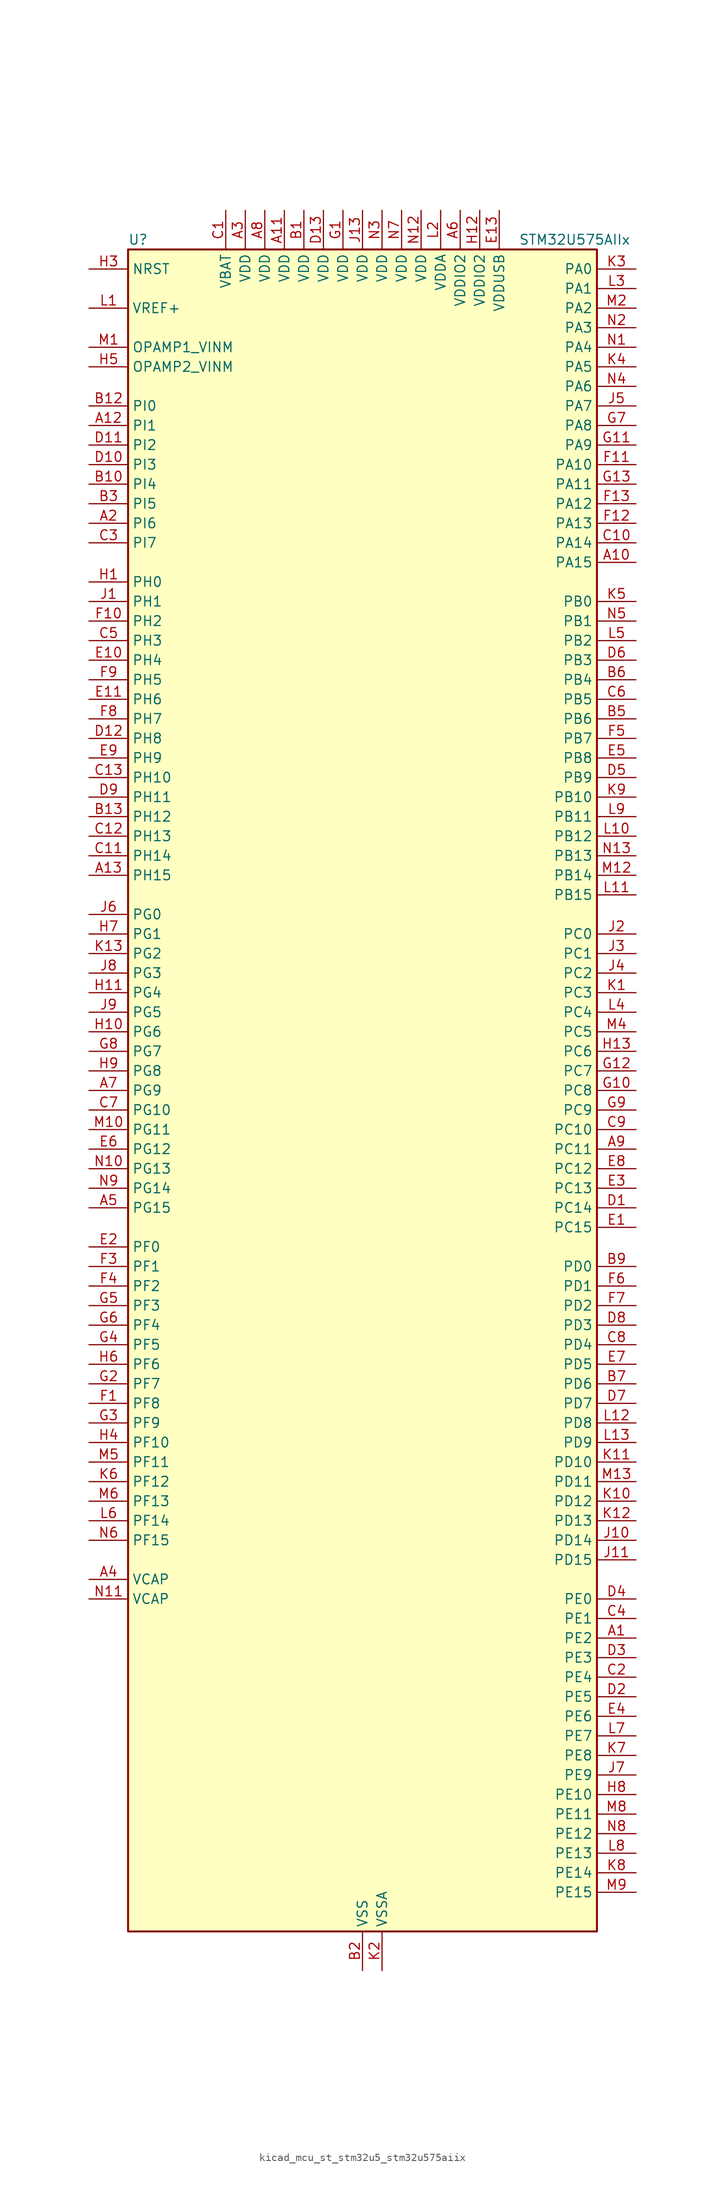
<source format=kicad_sym>
(kicad_symbol_lib
  (version 20220914)
  (generator kicad_symbol_editor)
  (symbol "kicad_mcu_st_stm32u5_stm32u575aiix"
    (property "Reference" "U"
      (at -30.48 110.49 0)
      (effects (font (size 1.27 1.27)) (justify left)))
    (property "Value" "STM32U575AIIx"
      (at 20.32 110.49 0)
      (effects (font (size 1.27 1.27)) (justify left)))
    (property "ki_locked" ""
      (at 0 0 0)
      (effects (font (size 1.27 1.27))))
    (symbol "kicad_mcu_st_stm32u5_stm32u575aiix_0_1"
      (rectangle (start -30.48 -109.22) (end 30.48 109.22) (stroke (width 0.254) (type default)) (fill (type background))))
    (symbol "kicad_mcu_st_stm32u5_stm32u575aiix_1_1"
      (pin bidirectional line (at 35.56 -71.12 180) (length 5.08) (name "PE2" (effects (font (size 1.27 1.27)))) (number "A1" (effects (font (size 1.27 1.27)))) (alternate "DEBUG_TRACECLK" bidirectional line) (alternate "FMC_A23" bidirectional line) (alternate "SAI1_CK1" bidirectional line) (alternate "SAI1_MCLK_A" bidirectional line) (alternate "TIM3_ETR" bidirectional line) (alternate "TSC_G7_IO1" bidirectional line))
      (pin bidirectional line (at 35.56 68.58 180) (length 5.08) (name "PA15" (effects (font (size 1.27 1.27)))) (number "A10" (effects (font (size 1.27 1.27)))) (alternate "ADC1_EXTI15" bidirectional line) (alternate "ADC4_EXTI15" bidirectional line) (alternate "DEBUG_JTDI" bidirectional line) (alternate "SAI2_FS_B" bidirectional line) (alternate "SPI1_NSS" bidirectional line) (alternate "SPI3_NSS" bidirectional line) (alternate "TIM2_CH1" bidirectional line) (alternate "TIM2_ETR" bidirectional line) (alternate "UART4_DE" bidirectional line) (alternate "UART4_RTS" bidirectional line) (alternate "UCPD1_CC1" bidirectional line) (alternate "USART2_RX" bidirectional line) (alternate "USART3_DE" bidirectional line) (alternate "USART3_RTS" bidirectional line))
      (pin power_in line (at -10.16 114.3 270) (length 5.08) (name "VDD" (effects (font (size 1.27 1.27)))) (number "A11" (effects (font (size 1.27 1.27)))))
      (pin bidirectional line (at -35.56 86.36 0) (length 5.08) (name "PI1" (effects (font (size 1.27 1.27)))) (number "A12" (effects (font (size 1.27 1.27)))) (alternate "DCMI_D8" bidirectional line) (alternate "OCTOSPIM_P2_IO2" bidirectional line) (alternate "PSSI_D8" bidirectional line) (alternate "SPI2_SCK" bidirectional line))
      (pin bidirectional line (at -35.56 27.94 0) (length 5.08) (name "PH15" (effects (font (size 1.27 1.27)))) (number "A13" (effects (font (size 1.27 1.27)))) (alternate "ADC1_EXTI15" bidirectional line) (alternate "ADC4_EXTI15" bidirectional line) (alternate "DCMI_D11" bidirectional line) (alternate "OCTOSPIM_P2_IO6" bidirectional line) (alternate "PSSI_D11" bidirectional line) (alternate "TIM8_CH3N" bidirectional line))
      (pin bidirectional line (at -35.56 73.66 0) (length 5.08) (name "PI6" (effects (font (size 1.27 1.27)))) (number "A2" (effects (font (size 1.27 1.27)))) (alternate "DCMI_D6" bidirectional line) (alternate "OCTOSPIM_P2_CLK" bidirectional line) (alternate "PSSI_D6" bidirectional line) (alternate "TIM8_CH2" bidirectional line))
      (pin power_in line (at -15.24 114.3 270) (length 5.08) (name "VDD" (effects (font (size 1.27 1.27)))) (number "A3" (effects (font (size 1.27 1.27)))))
      (pin power_out line (at -35.56 -63.5 0) (length 5.08) (name "VCAP" (effects (font (size 1.27 1.27)))) (number "A4" (effects (font (size 1.27 1.27)))))
      (pin bidirectional line (at -35.56 -15.24 0) (length 5.08) (name "PG15" (effects (font (size 1.27 1.27)))) (number "A5" (effects (font (size 1.27 1.27)))) (alternate "ADC1_EXTI15" bidirectional line) (alternate "ADC4_EXTI15" bidirectional line) (alternate "DCMI_D13" bidirectional line) (alternate "I2C1_SMBA" bidirectional line) (alternate "LPTIM1_CH1" bidirectional line) (alternate "OCTOSPIM_P2_DQS" bidirectional line) (alternate "PSSI_D13" bidirectional line))
      (pin power_in line (at 12.7 114.3 270) (length 5.08) (name "VDDIO2" (effects (font (size 1.27 1.27)))) (number "A6" (effects (font (size 1.27 1.27)))))
      (pin bidirectional line (at -35.56 0 0) (length 5.08) (name "PG9" (effects (font (size 1.27 1.27)))) (number "A7" (effects (font (size 1.27 1.27)))) (alternate "DAC1_EXTI9" bidirectional line) (alternate "FMC_NCE" bidirectional line) (alternate "FMC_NE2" bidirectional line) (alternate "OCTOSPIM_P2_IO6" bidirectional line) (alternate "SAI2_SCK_A" bidirectional line) (alternate "SPI3_SCK" bidirectional line) (alternate "TIM15_CH1N" bidirectional line) (alternate "USART1_TX" bidirectional line))
      (pin power_in line (at -12.7 114.3 270) (length 5.08) (name "VDD" (effects (font (size 1.27 1.27)))) (number "A8" (effects (font (size 1.27 1.27)))))
      (pin bidirectional line (at 35.56 -7.62 180) (length 5.08) (name "PC11" (effects (font (size 1.27 1.27)))) (number "A9" (effects (font (size 1.27 1.27)))) (alternate "ADC1_EXTI11" bidirectional line) (alternate "ADF1_SDI0" bidirectional line) (alternate "DCMI_D2" bidirectional line) (alternate "DCMI_D4" bidirectional line) (alternate "LPTIM3_IN1" bidirectional line) (alternate "OCTOSPIM_P1_NCS" bidirectional line) (alternate "PSSI_D2" bidirectional line) (alternate "PSSI_D4" bidirectional line) (alternate "SAI2_MCLK_B" bidirectional line) (alternate "SDMMC1_D3" bidirectional line) (alternate "SPI3_MISO" bidirectional line) (alternate "TSC_G3_IO3" bidirectional line) (alternate "UART4_RX" bidirectional line) (alternate "UCPD1_FRSTX2" bidirectional line) (alternate "USART3_RX" bidirectional line))
      (pin power_in line (at -7.62 114.3 270) (length 5.08) (name "VDD" (effects (font (size 1.27 1.27)))) (number "B1" (effects (font (size 1.27 1.27)))))
      (pin bidirectional line (at -35.56 78.74 0) (length 5.08) (name "PI4" (effects (font (size 1.27 1.27)))) (number "B10" (effects (font (size 1.27 1.27)))) (alternate "DCMI_D5" bidirectional line) (alternate "PSSI_D5" bidirectional line) (alternate "SPI2_RDY" bidirectional line) (alternate "TIM8_BKIN" bidirectional line))
      (pin passive line (at 0 -114.3 90) (length 5.08) hide (name "VSS" (effects (font (size 1.27 1.27)))) (number "B11" (effects (font (size 1.27 1.27)))))
      (pin bidirectional line (at -35.56 88.9 0) (length 5.08) (name "PI0" (effects (font (size 1.27 1.27)))) (number "B12" (effects (font (size 1.27 1.27)))) (alternate "DCMI_D13" bidirectional line) (alternate "OCTOSPIM_P1_IO5" bidirectional line) (alternate "PSSI_D13" bidirectional line) (alternate "SPI2_NSS" bidirectional line) (alternate "TIM5_CH4" bidirectional line))
      (pin bidirectional line (at -35.56 35.56 0) (length 5.08) (name "PH12" (effects (font (size 1.27 1.27)))) (number "B13" (effects (font (size 1.27 1.27)))) (alternate "DCMI_D3" bidirectional line) (alternate "OCTOSPIM_P2_IO7" bidirectional line) (alternate "PSSI_D3" bidirectional line) (alternate "TIM5_CH3" bidirectional line) (alternate "TIM8_CH4N" bidirectional line))
      (pin power_in line (at 0 -114.3 90) (length 5.08) (name "VSS" (effects (font (size 1.27 1.27)))) (number "B2" (effects (font (size 1.27 1.27)))))
      (pin bidirectional line (at -35.56 76.2 0) (length 5.08) (name "PI5" (effects (font (size 1.27 1.27)))) (number "B3" (effects (font (size 1.27 1.27)))) (alternate "DCMI_VSYNC" bidirectional line) (alternate "OCTOSPIM_P2_NCS" bidirectional line) (alternate "PSSI_RDY" bidirectional line) (alternate "TIM8_CH1" bidirectional line))
      (pin passive line (at 0 -114.3 90) (length 5.08) hide (name "VSS" (effects (font (size 1.27 1.27)))) (number "B4" (effects (font (size 1.27 1.27)))))
      (pin bidirectional line (at 35.56 48.26 180) (length 5.08) (name "PB6" (effects (font (size 1.27 1.27)))) (number "B5" (effects (font (size 1.27 1.27)))) (alternate "COMP2_INP" bidirectional line) (alternate "DCMI_D5" bidirectional line) (alternate "I2C1_SCL" bidirectional line) (alternate "I2C4_SCL" bidirectional line) (alternate "LPTIM1_ETR" bidirectional line) (alternate "MDF1_SDI5" bidirectional line) (alternate "PSSI_D5" bidirectional line) (alternate "PWR_WKUP3" bidirectional line) (alternate "SAI1_FS_B" bidirectional line) (alternate "TIM16_CH1N" bidirectional line) (alternate "TIM4_CH1" bidirectional line) (alternate "TIM8_BKIN2" bidirectional line) (alternate "TSC_G2_IO3" bidirectional line) (alternate "USART1_TX" bidirectional line))
      (pin bidirectional line (at 35.56 53.34 180) (length 5.08) (name "PB4" (effects (font (size 1.27 1.27)))) (number "B6" (effects (font (size 1.27 1.27)))) (alternate "ADF1_SDI0" bidirectional line) (alternate "COMP2_INP" bidirectional line) (alternate "DCMI_D12" bidirectional line) (alternate "DEBUG_JTRST" bidirectional line) (alternate "I2C3_SDA" bidirectional line) (alternate "LPTIM1_CH2" bidirectional line) (alternate "PSSI_D12" bidirectional line) (alternate "SAI1_MCLK_B" bidirectional line) (alternate "SDMMC2_D3" bidirectional line) (alternate "SPI1_MISO" bidirectional line) (alternate "SPI3_MISO" bidirectional line) (alternate "TIM17_BKIN" bidirectional line) (alternate "TIM3_CH1" bidirectional line) (alternate "TSC_G2_IO1" bidirectional line) (alternate "UART5_DE" bidirectional line) (alternate "UART5_RTS" bidirectional line) (alternate "USART1_CTS" bidirectional line))
      (pin bidirectional line (at 35.56 -38.1 180) (length 5.08) (name "PD6" (effects (font (size 1.27 1.27)))) (number "B7" (effects (font (size 1.27 1.27)))) (alternate "DCMI_D10" bidirectional line) (alternate "FMC_NWAIT" bidirectional line) (alternate "MDF1_SDI1" bidirectional line) (alternate "OCTOSPIM_P1_IO6" bidirectional line) (alternate "PSSI_D10" bidirectional line) (alternate "SAI1_D1" bidirectional line) (alternate "SAI1_SD_A" bidirectional line) (alternate "SDMMC2_CK" bidirectional line) (alternate "SPI3_MOSI" bidirectional line) (alternate "USART2_RX" bidirectional line))
      (pin passive line (at 0 -114.3 90) (length 5.08) hide (name "VSS" (effects (font (size 1.27 1.27)))) (number "B8" (effects (font (size 1.27 1.27)))))
      (pin bidirectional line (at 35.56 -22.86 180) (length 5.08) (name "PD0" (effects (font (size 1.27 1.27)))) (number "B9" (effects (font (size 1.27 1.27)))) (alternate "FDCAN1_RX" bidirectional line) (alternate "FMC_D2" bidirectional line) (alternate "FMC_DA2" bidirectional line) (alternate "SPI2_NSS" bidirectional line) (alternate "TIM8_CH4N" bidirectional line))
      (pin power_in line (at -17.78 114.3 270) (length 5.08) (name "VBAT" (effects (font (size 1.27 1.27)))) (number "C1" (effects (font (size 1.27 1.27)))))
      (pin bidirectional line (at 35.56 71.12 180) (length 5.08) (name "PA14" (effects (font (size 1.27 1.27)))) (number "C10" (effects (font (size 1.27 1.27)))) (alternate "DEBUG_JTCK-SWCLK" bidirectional line) (alternate "I2C1_SMBA" bidirectional line) (alternate "I2C4_SMBA" bidirectional line) (alternate "LPTIM1_CH1" bidirectional line) (alternate "SAI1_FS_B" bidirectional line) (alternate "USB_OTG_FS_SOF" bidirectional line))
      (pin bidirectional line (at -35.56 30.48 0) (length 5.08) (name "PH14" (effects (font (size 1.27 1.27)))) (number "C11" (effects (font (size 1.27 1.27)))) (alternate "DCMI_D4" bidirectional line) (alternate "FDCAN1_RX" bidirectional line) (alternate "PSSI_D4" bidirectional line) (alternate "TIM8_CH2N" bidirectional line))
      (pin bidirectional line (at -35.56 33.02 0) (length 5.08) (name "PH13" (effects (font (size 1.27 1.27)))) (number "C12" (effects (font (size 1.27 1.27)))) (alternate "FDCAN1_TX" bidirectional line) (alternate "TIM8_CH1N" bidirectional line))
      (pin bidirectional line (at -35.56 40.64 0) (length 5.08) (name "PH10" (effects (font (size 1.27 1.27)))) (number "C13" (effects (font (size 1.27 1.27)))) (alternate "DCMI_D1" bidirectional line) (alternate "OCTOSPIM_P2_IO5" bidirectional line) (alternate "PSSI_D1" bidirectional line) (alternate "TIM5_CH1" bidirectional line))
      (pin bidirectional line (at 35.56 -76.2 180) (length 5.08) (name "PE4" (effects (font (size 1.27 1.27)))) (number "C2" (effects (font (size 1.27 1.27)))) (alternate "DCMI_D4" bidirectional line) (alternate "DEBUG_TRACED1" bidirectional line) (alternate "FMC_A20" bidirectional line) (alternate "MDF1_SDI3" bidirectional line) (alternate "PSSI_D4" bidirectional line) (alternate "PWR_WKUP1" bidirectional line) (alternate "SAI1_D2" bidirectional line) (alternate "SAI1_FS_A" bidirectional line) (alternate "TAMP_IN7" bidirectional line) (alternate "TAMP_OUT8" bidirectional line) (alternate "TIM3_CH2" bidirectional line) (alternate "TSC_G7_IO3" bidirectional line))
      (pin bidirectional line (at -35.56 71.12 0) (length 5.08) (name "PI7" (effects (font (size 1.27 1.27)))) (number "C3" (effects (font (size 1.27 1.27)))) (alternate "DCMI_D7" bidirectional line) (alternate "OCTOSPIM_P2_NCLK" bidirectional line) (alternate "PSSI_D7" bidirectional line) (alternate "TIM8_CH3" bidirectional line))
      (pin bidirectional line (at 35.56 -68.58 180) (length 5.08) (name "PE1" (effects (font (size 1.27 1.27)))) (number "C4" (effects (font (size 1.27 1.27)))) (alternate "DCMI_D3" bidirectional line) (alternate "FMC_NBL1" bidirectional line) (alternate "PSSI_D3" bidirectional line) (alternate "TIM17_CH1" bidirectional line))
      (pin bidirectional line (at -35.56 58.42 0) (length 5.08) (name "PH3" (effects (font (size 1.27 1.27)))) (number "C5" (effects (font (size 1.27 1.27)))))
      (pin bidirectional line (at 35.56 50.8 180) (length 5.08) (name "PB5" (effects (font (size 1.27 1.27)))) (number "C6" (effects (font (size 1.27 1.27)))) (alternate "COMP2_OUT" bidirectional line) (alternate "DCMI_D10" bidirectional line) (alternate "I2C1_SMBA" bidirectional line) (alternate "LPTIM1_IN1" bidirectional line) (alternate "OCTOSPIM_P1_NCLK" bidirectional line) (alternate "PSSI_D10" bidirectional line) (alternate "PWR_WKUP6" bidirectional line) (alternate "SAI1_SD_B" bidirectional line) (alternate "SPI1_MOSI" bidirectional line) (alternate "SPI3_MOSI" bidirectional line) (alternate "TIM16_BKIN" bidirectional line) (alternate "TIM3_CH2" bidirectional line) (alternate "TSC_G2_IO2" bidirectional line) (alternate "UART5_CTS" bidirectional line) (alternate "UCPD1_DBCC1" bidirectional line) (alternate "USART1_CK" bidirectional line))
      (pin bidirectional line (at -35.56 -2.54 0) (length 5.08) (name "PG10" (effects (font (size 1.27 1.27)))) (number "C7" (effects (font (size 1.27 1.27)))) (alternate "FMC_NE3" bidirectional line) (alternate "LPTIM1_IN1" bidirectional line) (alternate "OCTOSPIM_P2_IO7" bidirectional line) (alternate "SAI2_FS_A" bidirectional line) (alternate "SPI3_MISO" bidirectional line) (alternate "TIM15_CH1" bidirectional line) (alternate "USART1_RX" bidirectional line))
      (pin bidirectional line (at 35.56 -33.02 180) (length 5.08) (name "PD4" (effects (font (size 1.27 1.27)))) (number "C8" (effects (font (size 1.27 1.27)))) (alternate "FMC_NOE" bidirectional line) (alternate "MDF1_CKI0" bidirectional line) (alternate "OCTOSPIM_P1_IO4" bidirectional line) (alternate "SPI2_MOSI" bidirectional line) (alternate "USART2_DE" bidirectional line) (alternate "USART2_RTS" bidirectional line))
      (pin bidirectional line (at 35.56 -5.08 180) (length 5.08) (name "PC10" (effects (font (size 1.27 1.27)))) (number "C9" (effects (font (size 1.27 1.27)))) (alternate "ADF1_CCK1" bidirectional line) (alternate "DCMI_D8" bidirectional line) (alternate "DEBUG_TRACED1" bidirectional line) (alternate "LPTIM3_ETR" bidirectional line) (alternate "PSSI_D8" bidirectional line) (alternate "SAI2_SCK_B" bidirectional line) (alternate "SDMMC1_D2" bidirectional line) (alternate "SPI3_SCK" bidirectional line) (alternate "TSC_G3_IO2" bidirectional line) (alternate "UART4_TX" bidirectional line) (alternate "USART3_TX" bidirectional line))
      (pin bidirectional line (at 35.56 -15.24 180) (length 5.08) (name "PC14" (effects (font (size 1.27 1.27)))) (number "D1" (effects (font (size 1.27 1.27)))) (alternate "RCC_OSC32_IN" bidirectional line))
      (pin bidirectional line (at -35.56 81.28 0) (length 5.08) (name "PI3" (effects (font (size 1.27 1.27)))) (number "D10" (effects (font (size 1.27 1.27)))) (alternate "DCMI_D10" bidirectional line) (alternate "OCTOSPIM_P2_IO0" bidirectional line) (alternate "PSSI_D10" bidirectional line) (alternate "SPI2_MOSI" bidirectional line) (alternate "TIM8_ETR" bidirectional line))
      (pin bidirectional line (at -35.56 83.82 0) (length 5.08) (name "PI2" (effects (font (size 1.27 1.27)))) (number "D11" (effects (font (size 1.27 1.27)))) (alternate "DCMI_D9" bidirectional line) (alternate "OCTOSPIM_P2_IO1" bidirectional line) (alternate "PSSI_D9" bidirectional line) (alternate "SPI2_MISO" bidirectional line) (alternate "TIM8_CH4" bidirectional line))
      (pin bidirectional line (at -35.56 45.72 0) (length 5.08) (name "PH8" (effects (font (size 1.27 1.27)))) (number "D12" (effects (font (size 1.27 1.27)))) (alternate "DCMI_HSYNC" bidirectional line) (alternate "I2C3_SDA" bidirectional line) (alternate "OCTOSPIM_P2_IO3" bidirectional line) (alternate "PSSI_DE" bidirectional line))
      (pin power_in line (at -5.08 114.3 270) (length 5.08) (name "VDD" (effects (font (size 1.27 1.27)))) (number "D13" (effects (font (size 1.27 1.27)))))
      (pin bidirectional line (at 35.56 -78.74 180) (length 5.08) (name "PE5" (effects (font (size 1.27 1.27)))) (number "D2" (effects (font (size 1.27 1.27)))) (alternate "DCMI_D6" bidirectional line) (alternate "DEBUG_TRACED2" bidirectional line) (alternate "FMC_A21" bidirectional line) (alternate "MDF1_CKI3" bidirectional line) (alternate "PSSI_D6" bidirectional line) (alternate "PWR_WKUP2" bidirectional line) (alternate "SAI1_CK2" bidirectional line) (alternate "SAI1_SCK_A" bidirectional line) (alternate "TAMP_IN8" bidirectional line) (alternate "TAMP_OUT7" bidirectional line) (alternate "TIM3_CH3" bidirectional line) (alternate "TSC_G7_IO4" bidirectional line))
      (pin bidirectional line (at 35.56 -73.66 180) (length 5.08) (name "PE3" (effects (font (size 1.27 1.27)))) (number "D3" (effects (font (size 1.27 1.27)))) (alternate "DEBUG_TRACED0" bidirectional line) (alternate "FMC_A19" bidirectional line) (alternate "OCTOSPIM_P1_DQS" bidirectional line) (alternate "SAI1_SD_B" bidirectional line) (alternate "TAMP_IN6" bidirectional line) (alternate "TAMP_OUT3" bidirectional line) (alternate "TIM3_CH1" bidirectional line) (alternate "TSC_G7_IO2" bidirectional line))
      (pin bidirectional line (at 35.56 -66.04 180) (length 5.08) (name "PE0" (effects (font (size 1.27 1.27)))) (number "D4" (effects (font (size 1.27 1.27)))) (alternate "DCMI_D2" bidirectional line) (alternate "FMC_NBL0" bidirectional line) (alternate "PSSI_D2" bidirectional line) (alternate "TIM16_CH1" bidirectional line) (alternate "TIM4_ETR" bidirectional line))
      (pin bidirectional line (at 35.56 40.64 180) (length 5.08) (name "PB9" (effects (font (size 1.27 1.27)))) (number "D5" (effects (font (size 1.27 1.27)))) (alternate "DAC1_EXTI9" bidirectional line) (alternate "DCMI_D7" bidirectional line) (alternate "FDCAN1_TX" bidirectional line) (alternate "I2C1_SDA" bidirectional line) (alternate "IR_OUT" bidirectional line) (alternate "PSSI_D7" bidirectional line) (alternate "SAI1_D2" bidirectional line) (alternate "SAI1_FS_A" bidirectional line) (alternate "SDMMC1_CDIR" bidirectional line) (alternate "SDMMC1_D5" bidirectional line) (alternate "SDMMC2_D5" bidirectional line) (alternate "SPI2_NSS" bidirectional line) (alternate "TIM17_CH1" bidirectional line) (alternate "TIM4_CH4" bidirectional line))
      (pin bidirectional line (at 35.56 55.88 180) (length 5.08) (name "PB3" (effects (font (size 1.27 1.27)))) (number "D6" (effects (font (size 1.27 1.27)))) (alternate "ADF1_CCK0" bidirectional line) (alternate "COMP2_INM" bidirectional line) (alternate "CRS_SYNC" bidirectional line) (alternate "DEBUG_JTDO-SWO" bidirectional line) (alternate "I2C1_SDA" bidirectional line) (alternate "LPTIM1_CH1" bidirectional line) (alternate "SAI1_SCK_B" bidirectional line) (alternate "SDMMC2_D2" bidirectional line) (alternate "SPI1_SCK" bidirectional line) (alternate "SPI3_SCK" bidirectional line) (alternate "TIM2_CH2" bidirectional line) (alternate "USART1_DE" bidirectional line) (alternate "USART1_RTS" bidirectional line))
      (pin bidirectional line (at 35.56 -40.64 180) (length 5.08) (name "PD7" (effects (font (size 1.27 1.27)))) (number "D7" (effects (font (size 1.27 1.27)))) (alternate "FMC_NCE" bidirectional line) (alternate "FMC_NE1" bidirectional line) (alternate "LPTIM4_OUT" bidirectional line) (alternate "MDF1_CKI1" bidirectional line) (alternate "OCTOSPIM_P1_IO7" bidirectional line) (alternate "SDMMC2_CMD" bidirectional line) (alternate "USART2_CK" bidirectional line))
      (pin bidirectional line (at 35.56 -30.48 180) (length 5.08) (name "PD3" (effects (font (size 1.27 1.27)))) (number "D8" (effects (font (size 1.27 1.27)))) (alternate "DCMI_D5" bidirectional line) (alternate "FMC_CLK" bidirectional line) (alternate "MDF1_SDI0" bidirectional line) (alternate "OCTOSPIM_P2_NCS" bidirectional line) (alternate "PSSI_D5" bidirectional line) (alternate "SPI2_MISO" bidirectional line) (alternate "SPI2_SCK" bidirectional line) (alternate "USART2_CTS" bidirectional line))
      (pin bidirectional line (at -35.56 38.1 0) (length 5.08) (name "PH11" (effects (font (size 1.27 1.27)))) (number "D9" (effects (font (size 1.27 1.27)))) (alternate "ADC1_EXTI11" bidirectional line) (alternate "DCMI_D2" bidirectional line) (alternate "OCTOSPIM_P2_IO6" bidirectional line) (alternate "PSSI_D2" bidirectional line) (alternate "TIM5_CH2" bidirectional line))
      (pin bidirectional line (at 35.56 -17.78 180) (length 5.08) (name "PC15" (effects (font (size 1.27 1.27)))) (number "E1" (effects (font (size 1.27 1.27)))) (alternate "ADC1_EXTI15" bidirectional line) (alternate "ADC4_EXTI15" bidirectional line) (alternate "RCC_OSC32_OUT" bidirectional line))
      (pin bidirectional line (at -35.56 55.88 0) (length 5.08) (name "PH4" (effects (font (size 1.27 1.27)))) (number "E10" (effects (font (size 1.27 1.27)))) (alternate "I2C2_SCL" bidirectional line) (alternate "OCTOSPIM_P2_DQS" bidirectional line) (alternate "PSSI_D14" bidirectional line))
      (pin bidirectional line (at -35.56 50.8 0) (length 5.08) (name "PH6" (effects (font (size 1.27 1.27)))) (number "E11" (effects (font (size 1.27 1.27)))) (alternate "DCMI_D8" bidirectional line) (alternate "I2C2_SMBA" bidirectional line) (alternate "OCTOSPIM_P2_CLK" bidirectional line) (alternate "PSSI_D8" bidirectional line))
      (pin passive line (at 0 -114.3 90) (length 5.08) hide (name "VSS" (effects (font (size 1.27 1.27)))) (number "E12" (effects (font (size 1.27 1.27)))))
      (pin power_in line (at 17.78 114.3 270) (length 5.08) (name "VDDUSB" (effects (font (size 1.27 1.27)))) (number "E13" (effects (font (size 1.27 1.27)))))
      (pin bidirectional line (at -35.56 -20.32 0) (length 5.08) (name "PF0" (effects (font (size 1.27 1.27)))) (number "E2" (effects (font (size 1.27 1.27)))) (alternate "FMC_A0" bidirectional line) (alternate "I2C2_SDA" bidirectional line) (alternate "OCTOSPIM_P2_IO0" bidirectional line))
      (pin bidirectional line (at 35.56 -12.7 180) (length 5.08) (name "PC13" (effects (font (size 1.27 1.27)))) (number "E3" (effects (font (size 1.27 1.27)))) (alternate "PWR_WKUP2" bidirectional line) (alternate "RTC_OUT1" bidirectional line) (alternate "RTC_TS" bidirectional line) (alternate "TAMP_IN1" bidirectional line) (alternate "TAMP_OUT2" bidirectional line))
      (pin bidirectional line (at 35.56 -81.28 180) (length 5.08) (name "PE6" (effects (font (size 1.27 1.27)))) (number "E4" (effects (font (size 1.27 1.27)))) (alternate "DCMI_D7" bidirectional line) (alternate "DEBUG_TRACED3" bidirectional line) (alternate "FMC_A22" bidirectional line) (alternate "PSSI_D7" bidirectional line) (alternate "PWR_WKUP3" bidirectional line) (alternate "SAI1_D1" bidirectional line) (alternate "SAI1_SD_A" bidirectional line) (alternate "TAMP_IN3" bidirectional line) (alternate "TAMP_OUT6" bidirectional line) (alternate "TIM3_CH4" bidirectional line))
      (pin bidirectional line (at 35.56 43.18 180) (length 5.08) (name "PB8" (effects (font (size 1.27 1.27)))) (number "E5" (effects (font (size 1.27 1.27)))) (alternate "DCMI_D6" bidirectional line) (alternate "FDCAN1_RX" bidirectional line) (alternate "I2C1_SCL" bidirectional line) (alternate "MDF1_CCK0" bidirectional line) (alternate "PSSI_D6" bidirectional line) (alternate "PWR_WKUP5" bidirectional line) (alternate "SAI1_CK1" bidirectional line) (alternate "SAI1_MCLK_A" bidirectional line) (alternate "SDMMC1_CKIN" bidirectional line) (alternate "SDMMC1_D4" bidirectional line) (alternate "SDMMC2_D4" bidirectional line) (alternate "SPI3_RDY" bidirectional line) (alternate "TIM16_CH1" bidirectional line) (alternate "TIM4_CH3" bidirectional line))
      (pin bidirectional line (at -35.56 -7.62 0) (length 5.08) (name "PG12" (effects (font (size 1.27 1.27)))) (number "E6" (effects (font (size 1.27 1.27)))) (alternate "FMC_NE4" bidirectional line) (alternate "LPTIM1_ETR" bidirectional line) (alternate "OCTOSPIM_P2_NCS" bidirectional line) (alternate "SAI2_SD_A" bidirectional line) (alternate "SPI3_NSS" bidirectional line) (alternate "USART1_DE" bidirectional line) (alternate "USART1_RTS" bidirectional line))
      (pin bidirectional line (at 35.56 -35.56 180) (length 5.08) (name "PD5" (effects (font (size 1.27 1.27)))) (number "E7" (effects (font (size 1.27 1.27)))) (alternate "FMC_NWE" bidirectional line) (alternate "OCTOSPIM_P1_IO5" bidirectional line) (alternate "SPI2_RDY" bidirectional line) (alternate "USART2_TX" bidirectional line))
      (pin bidirectional line (at 35.56 -10.16 180) (length 5.08) (name "PC12" (effects (font (size 1.27 1.27)))) (number "E8" (effects (font (size 1.27 1.27)))) (alternate "DCMI_D9" bidirectional line) (alternate "DEBUG_TRACED3" bidirectional line) (alternate "PSSI_D9" bidirectional line) (alternate "SAI2_SD_B" bidirectional line) (alternate "SDMMC1_CK" bidirectional line) (alternate "SPI3_MOSI" bidirectional line) (alternate "TSC_G3_IO4" bidirectional line) (alternate "UART5_TX" bidirectional line) (alternate "USART3_CK" bidirectional line))
      (pin bidirectional line (at -35.56 43.18 0) (length 5.08) (name "PH9" (effects (font (size 1.27 1.27)))) (number "E9" (effects (font (size 1.27 1.27)))) (alternate "DAC1_EXTI9" bidirectional line) (alternate "DCMI_D0" bidirectional line) (alternate "I2C3_SMBA" bidirectional line) (alternate "OCTOSPIM_P2_IO4" bidirectional line) (alternate "PSSI_D0" bidirectional line))
      (pin bidirectional line (at -35.56 -40.64 0) (length 5.08) (name "PF8" (effects (font (size 1.27 1.27)))) (number "F1" (effects (font (size 1.27 1.27)))) (alternate "FDCAN1_TX" bidirectional line) (alternate "OCTOSPIM_P1_IO0" bidirectional line) (alternate "PSSI_D14" bidirectional line) (alternate "SAI1_SCK_B" bidirectional line) (alternate "TIM5_CH3" bidirectional line))
      (pin bidirectional line (at -35.56 60.96 0) (length 5.08) (name "PH2" (effects (font (size 1.27 1.27)))) (number "F10" (effects (font (size 1.27 1.27)))) (alternate "OCTOSPIM_P1_IO4" bidirectional line))
      (pin bidirectional line (at 35.56 81.28 180) (length 5.08) (name "PA10" (effects (font (size 1.27 1.27)))) (number "F11" (effects (font (size 1.27 1.27)))) (alternate "CRS_SYNC" bidirectional line) (alternate "DCMI_D1" bidirectional line) (alternate "LPTIM2_IN2" bidirectional line) (alternate "PSSI_D1" bidirectional line) (alternate "SAI1_D1" bidirectional line) (alternate "SAI1_SD_A" bidirectional line) (alternate "TIM17_BKIN" bidirectional line) (alternate "TIM1_CH3" bidirectional line) (alternate "USART1_RX" bidirectional line) (alternate "USB_OTG_FS_ID" bidirectional line))
      (pin bidirectional line (at 35.56 73.66 180) (length 5.08) (name "PA13" (effects (font (size 1.27 1.27)))) (number "F12" (effects (font (size 1.27 1.27)))) (alternate "DEBUG_JTMS-SWDIO" bidirectional line) (alternate "IR_OUT" bidirectional line) (alternate "SAI1_SD_B" bidirectional line) (alternate "USB_OTG_FS_NOE" bidirectional line))
      (pin bidirectional line (at 35.56 76.2 180) (length 5.08) (name "PA12" (effects (font (size 1.27 1.27)))) (number "F13" (effects (font (size 1.27 1.27)))) (alternate "FDCAN1_TX" bidirectional line) (alternate "OCTOSPIM_P2_NCS" bidirectional line) (alternate "SPI1_MOSI" bidirectional line) (alternate "TIM1_ETR" bidirectional line) (alternate "USART1_DE" bidirectional line) (alternate "USART1_RTS" bidirectional line) (alternate "USB_OTG_FS_DP" bidirectional line))
      (pin passive line (at 0 -114.3 90) (length 5.08) hide (name "VSS" (effects (font (size 1.27 1.27)))) (number "F2" (effects (font (size 1.27 1.27)))))
      (pin bidirectional line (at -35.56 -22.86 0) (length 5.08) (name "PF1" (effects (font (size 1.27 1.27)))) (number "F3" (effects (font (size 1.27 1.27)))) (alternate "FMC_A1" bidirectional line) (alternate "I2C2_SCL" bidirectional line) (alternate "OCTOSPIM_P2_IO1" bidirectional line))
      (pin bidirectional line (at -35.56 -25.4 0) (length 5.08) (name "PF2" (effects (font (size 1.27 1.27)))) (number "F4" (effects (font (size 1.27 1.27)))) (alternate "FMC_A2" bidirectional line) (alternate "I2C2_SMBA" bidirectional line) (alternate "LPTIM3_CH2" bidirectional line) (alternate "OCTOSPIM_P2_IO2" bidirectional line) (alternate "PWR_WKUP8" bidirectional line))
      (pin bidirectional line (at 35.56 45.72 180) (length 5.08) (name "PB7" (effects (font (size 1.27 1.27)))) (number "F5" (effects (font (size 1.27 1.27)))) (alternate "COMP2_INM" bidirectional line) (alternate "DCMI_VSYNC" bidirectional line) (alternate "FMC_NL" bidirectional line) (alternate "I2C1_SDA" bidirectional line) (alternate "I2C4_SDA" bidirectional line) (alternate "LPTIM1_IN2" bidirectional line) (alternate "MDF1_CKI5" bidirectional line) (alternate "PSSI_RDY" bidirectional line) (alternate "PWR_PVD_IN" bidirectional line) (alternate "PWR_WKUP4" bidirectional line) (alternate "TIM17_CH1N" bidirectional line) (alternate "TIM4_CH2" bidirectional line) (alternate "TIM8_BKIN" bidirectional line) (alternate "TSC_G2_IO4" bidirectional line) (alternate "UART4_CTS" bidirectional line) (alternate "USART1_RX" bidirectional line))
      (pin bidirectional line (at 35.56 -25.4 180) (length 5.08) (name "PD1" (effects (font (size 1.27 1.27)))) (number "F6" (effects (font (size 1.27 1.27)))) (alternate "FDCAN1_TX" bidirectional line) (alternate "FMC_D3" bidirectional line) (alternate "FMC_DA3" bidirectional line) (alternate "SPI2_SCK" bidirectional line))
      (pin bidirectional line (at 35.56 -27.94 180) (length 5.08) (name "PD2" (effects (font (size 1.27 1.27)))) (number "F7" (effects (font (size 1.27 1.27)))) (alternate "DCMI_D11" bidirectional line) (alternate "DEBUG_TRACED2" bidirectional line) (alternate "LPTIM4_ETR" bidirectional line) (alternate "PSSI_D11" bidirectional line) (alternate "SDMMC1_CMD" bidirectional line) (alternate "TIM3_ETR" bidirectional line) (alternate "TSC_SYNC" bidirectional line) (alternate "UART5_RX" bidirectional line) (alternate "USART3_DE" bidirectional line) (alternate "USART3_RTS" bidirectional line))
      (pin bidirectional line (at -35.56 48.26 0) (length 5.08) (name "PH7" (effects (font (size 1.27 1.27)))) (number "F8" (effects (font (size 1.27 1.27)))) (alternate "DCMI_D9" bidirectional line) (alternate "I2C3_SCL" bidirectional line) (alternate "OCTOSPIM_P2_NCLK" bidirectional line) (alternate "PSSI_D9" bidirectional line))
      (pin bidirectional line (at -35.56 53.34 0) (length 5.08) (name "PH5" (effects (font (size 1.27 1.27)))) (number "F9" (effects (font (size 1.27 1.27)))) (alternate "DCMI_PIXCLK" bidirectional line) (alternate "I2C2_SDA" bidirectional line) (alternate "PSSI_PDCK" bidirectional line))
      (pin power_in line (at -2.54 114.3 270) (length 5.08) (name "VDD" (effects (font (size 1.27 1.27)))) (number "G1" (effects (font (size 1.27 1.27)))))
      (pin bidirectional line (at 35.56 0 180) (length 5.08) (name "PC8" (effects (font (size 1.27 1.27)))) (number "G10" (effects (font (size 1.27 1.27)))) (alternate "DCMI_D2" bidirectional line) (alternate "LPTIM3_CH1" bidirectional line) (alternate "PSSI_D2" bidirectional line) (alternate "PWR_SRDSTOP" bidirectional line) (alternate "SDMMC1_D0" bidirectional line) (alternate "TIM3_CH3" bidirectional line) (alternate "TIM8_CH3" bidirectional line) (alternate "TSC_G4_IO3" bidirectional line))
      (pin bidirectional line (at 35.56 83.82 180) (length 5.08) (name "PA9" (effects (font (size 1.27 1.27)))) (number "G11" (effects (font (size 1.27 1.27)))) (alternate "DAC1_EXTI9" bidirectional line) (alternate "DCMI_D0" bidirectional line) (alternate "PSSI_D0" bidirectional line) (alternate "SAI1_FS_A" bidirectional line) (alternate "SPI2_SCK" bidirectional line) (alternate "TIM15_BKIN" bidirectional line) (alternate "TIM1_CH2" bidirectional line) (alternate "USART1_TX" bidirectional line) (alternate "USB_OTG_FS_VBUS" bidirectional line))
      (pin bidirectional line (at 35.56 2.54 180) (length 5.08) (name "PC7" (effects (font (size 1.27 1.27)))) (number "G12" (effects (font (size 1.27 1.27)))) (alternate "DCMI_D1" bidirectional line) (alternate "LPTIM2_CH2" bidirectional line) (alternate "MDF1_SDI3" bidirectional line) (alternate "PSSI_D1" bidirectional line) (alternate "PWR_CDSTOP" bidirectional line) (alternate "SAI2_MCLK_B" bidirectional line) (alternate "SDMMC1_D123DIR" bidirectional line) (alternate "SDMMC1_D7" bidirectional line) (alternate "SDMMC2_D7" bidirectional line) (alternate "TIM3_CH2" bidirectional line) (alternate "TIM8_CH2" bidirectional line) (alternate "TSC_G4_IO2" bidirectional line))
      (pin bidirectional line (at 35.56 78.74 180) (length 5.08) (name "PA11" (effects (font (size 1.27 1.27)))) (number "G13" (effects (font (size 1.27 1.27)))) (alternate "ADC1_EXTI11" bidirectional line) (alternate "FDCAN1_RX" bidirectional line) (alternate "SPI1_MISO" bidirectional line) (alternate "TIM1_BKIN2" bidirectional line) (alternate "TIM1_CH4" bidirectional line) (alternate "USART1_CTS" bidirectional line) (alternate "USB_OTG_FS_DM" bidirectional line))
      (pin bidirectional line (at -35.56 -38.1 0) (length 5.08) (name "PF7" (effects (font (size 1.27 1.27)))) (number "G2" (effects (font (size 1.27 1.27)))) (alternate "FDCAN1_RX" bidirectional line) (alternate "OCTOSPIM_P1_IO2" bidirectional line) (alternate "SAI1_MCLK_B" bidirectional line) (alternate "TIM5_CH2" bidirectional line))
      (pin bidirectional line (at -35.56 -43.18 0) (length 5.08) (name "PF9" (effects (font (size 1.27 1.27)))) (number "G3" (effects (font (size 1.27 1.27)))) (alternate "DAC1_EXTI9" bidirectional line) (alternate "OCTOSPIM_P1_IO1" bidirectional line) (alternate "PSSI_D15" bidirectional line) (alternate "SAI1_FS_B" bidirectional line) (alternate "TIM15_CH1" bidirectional line) (alternate "TIM5_CH4" bidirectional line))
      (pin bidirectional line (at -35.56 -33.02 0) (length 5.08) (name "PF5" (effects (font (size 1.27 1.27)))) (number "G4" (effects (font (size 1.27 1.27)))) (alternate "FMC_A5" bidirectional line) (alternate "LPTIM3_CH1" bidirectional line) (alternate "OCTOSPIM_P2_NCLK" bidirectional line))
      (pin bidirectional line (at -35.56 -27.94 0) (length 5.08) (name "PF3" (effects (font (size 1.27 1.27)))) (number "G5" (effects (font (size 1.27 1.27)))) (alternate "FMC_A3" bidirectional line) (alternate "LPTIM3_IN1" bidirectional line) (alternate "OCTOSPIM_P2_IO3" bidirectional line))
      (pin bidirectional line (at -35.56 -30.48 0) (length 5.08) (name "PF4" (effects (font (size 1.27 1.27)))) (number "G6" (effects (font (size 1.27 1.27)))) (alternate "FMC_A4" bidirectional line) (alternate "LPTIM3_ETR" bidirectional line) (alternate "OCTOSPIM_P2_CLK" bidirectional line))
      (pin bidirectional line (at 35.56 86.36 180) (length 5.08) (name "PA8" (effects (font (size 1.27 1.27)))) (number "G7" (effects (font (size 1.27 1.27)))) (alternate "DEBUG_TRACECLK" bidirectional line) (alternate "LPTIM2_CH1" bidirectional line) (alternate "RCC_MCO" bidirectional line) (alternate "SAI1_CK2" bidirectional line) (alternate "SAI1_SCK_A" bidirectional line) (alternate "SPI1_RDY" bidirectional line) (alternate "TIM1_CH1" bidirectional line) (alternate "USART1_CK" bidirectional line) (alternate "USB_OTG_FS_SOF" bidirectional line))
      (pin bidirectional line (at -35.56 5.08 0) (length 5.08) (name "PG7" (effects (font (size 1.27 1.27)))) (number "G8" (effects (font (size 1.27 1.27)))) (alternate "FMC_INT" bidirectional line) (alternate "I2C3_SCL" bidirectional line) (alternate "LPUART1_TX" bidirectional line) (alternate "MDF1_CCK0" bidirectional line) (alternate "OCTOSPIM_P2_DQS" bidirectional line) (alternate "SAI1_CK1" bidirectional line) (alternate "SAI1_MCLK_A" bidirectional line) (alternate "UCPD1_FRSTX2" bidirectional line))
      (pin bidirectional line (at 35.56 -2.54 180) (length 5.08) (name "PC9" (effects (font (size 1.27 1.27)))) (number "G9" (effects (font (size 1.27 1.27)))) (alternate "DAC1_EXTI9" bidirectional line) (alternate "DCMI_D3" bidirectional line) (alternate "DEBUG_TRACED0" bidirectional line) (alternate "LPTIM3_CH2" bidirectional line) (alternate "PSSI_D3" bidirectional line) (alternate "SDMMC1_D1" bidirectional line) (alternate "TIM3_CH4" bidirectional line) (alternate "TIM8_BKIN2" bidirectional line) (alternate "TIM8_CH4" bidirectional line) (alternate "TSC_G4_IO4" bidirectional line) (alternate "USB_OTG_FS_NOE" bidirectional line))
      (pin bidirectional line (at -35.56 66.04 0) (length 5.08) (name "PH0" (effects (font (size 1.27 1.27)))) (number "H1" (effects (font (size 1.27 1.27)))) (alternate "RCC_OSC_IN" bidirectional line))
      (pin bidirectional line (at -35.56 7.62 0) (length 5.08) (name "PG6" (effects (font (size 1.27 1.27)))) (number "H10" (effects (font (size 1.27 1.27)))) (alternate "I2C3_SMBA" bidirectional line) (alternate "LPUART1_DE" bidirectional line) (alternate "LPUART1_RTS" bidirectional line) (alternate "OCTOSPIM_P1_DQS" bidirectional line) (alternate "SPI1_RDY" bidirectional line) (alternate "UCPD1_FRSTX1" bidirectional line))
      (pin bidirectional line (at -35.56 12.7 0) (length 5.08) (name "PG4" (effects (font (size 1.27 1.27)))) (number "H11" (effects (font (size 1.27 1.27)))) (alternate "FMC_A14" bidirectional line) (alternate "SAI2_MCLK_B" bidirectional line) (alternate "SPI1_MOSI" bidirectional line))
      (pin power_in line (at 15.24 114.3 270) (length 5.08) (name "VDDIO2" (effects (font (size 1.27 1.27)))) (number "H12" (effects (font (size 1.27 1.27)))))
      (pin bidirectional line (at 35.56 5.08 180) (length 5.08) (name "PC6" (effects (font (size 1.27 1.27)))) (number "H13" (effects (font (size 1.27 1.27)))) (alternate "DCMI_D0" bidirectional line) (alternate "MDF1_CKI3" bidirectional line) (alternate "PSSI_D0" bidirectional line) (alternate "PWR_CSLEEP" bidirectional line) (alternate "SAI2_MCLK_A" bidirectional line) (alternate "SDMMC1_D0DIR" bidirectional line) (alternate "SDMMC1_D6" bidirectional line) (alternate "SDMMC2_D6" bidirectional line) (alternate "TIM3_CH1" bidirectional line) (alternate "TIM8_CH1" bidirectional line) (alternate "TSC_G4_IO1" bidirectional line))
      (pin passive line (at 0 -114.3 90) (length 5.08) hide (name "VSS" (effects (font (size 1.27 1.27)))) (number "H2" (effects (font (size 1.27 1.27)))))
      (pin input line (at -35.56 106.68 0) (length 5.08) (name "NRST" (effects (font (size 1.27 1.27)))) (number "H3" (effects (font (size 1.27 1.27)))))
      (pin bidirectional line (at -35.56 -45.72 0) (length 5.08) (name "PF10" (effects (font (size 1.27 1.27)))) (number "H4" (effects (font (size 1.27 1.27)))) (alternate "DCMI_D11" bidirectional line) (alternate "MDF1_CCK1" bidirectional line) (alternate "OCTOSPIM_P1_CLK" bidirectional line) (alternate "PSSI_D11" bidirectional line) (alternate "PSSI_D15" bidirectional line) (alternate "SAI1_D3" bidirectional line) (alternate "TIM15_CH2" bidirectional line))
      (pin bidirectional line (at -35.56 93.98 0) (length 5.08) (name "OPAMP2_VINM" (effects (font (size 1.27 1.27)))) (number "H5" (effects (font (size 1.27 1.27)))) (alternate "OPAMP2_VINM" bidirectional line))
      (pin bidirectional line (at -35.56 -35.56 0) (length 5.08) (name "PF6" (effects (font (size 1.27 1.27)))) (number "H6" (effects (font (size 1.27 1.27)))) (alternate "DCMI_D12" bidirectional line) (alternate "OCTOSPIM_P1_IO3" bidirectional line) (alternate "OCTOSPIM_P2_NCS" bidirectional line) (alternate "PSSI_D12" bidirectional line) (alternate "SAI1_SD_B" bidirectional line) (alternate "TIM5_CH1" bidirectional line) (alternate "TIM5_ETR" bidirectional line))
      (pin bidirectional line (at -35.56 20.32 0) (length 5.08) (name "PG1" (effects (font (size 1.27 1.27)))) (number "H7" (effects (font (size 1.27 1.27)))) (alternate "ADC4_IN8" bidirectional line) (alternate "FMC_A11" bidirectional line) (alternate "OCTOSPIM_P2_IO5" bidirectional line) (alternate "TSC_G8_IO4" bidirectional line))
      (pin bidirectional line (at 35.56 -91.44 180) (length 5.08) (name "PE10" (effects (font (size 1.27 1.27)))) (number "H8" (effects (font (size 1.27 1.27)))) (alternate "ADF1_SDI0" bidirectional line) (alternate "FMC_D7" bidirectional line) (alternate "FMC_DA7" bidirectional line) (alternate "MDF1_SDI4" bidirectional line) (alternate "OCTOSPIM_P1_CLK" bidirectional line) (alternate "SAI1_MCLK_B" bidirectional line) (alternate "TIM1_CH2N" bidirectional line) (alternate "TSC_G5_IO1" bidirectional line))
      (pin bidirectional line (at -35.56 2.54 0) (length 5.08) (name "PG8" (effects (font (size 1.27 1.27)))) (number "H9" (effects (font (size 1.27 1.27)))) (alternate "I2C3_SDA" bidirectional line) (alternate "LPUART1_RX" bidirectional line))
      (pin bidirectional line (at -35.56 63.5 0) (length 5.08) (name "PH1" (effects (font (size 1.27 1.27)))) (number "J1" (effects (font (size 1.27 1.27)))) (alternate "RCC_OSC_OUT" bidirectional line))
      (pin bidirectional line (at 35.56 -58.42 180) (length 5.08) (name "PD14" (effects (font (size 1.27 1.27)))) (number "J10" (effects (font (size 1.27 1.27)))) (alternate "FMC_D0" bidirectional line) (alternate "FMC_DA0" bidirectional line) (alternate "LPTIM3_CH1" bidirectional line) (alternate "TIM4_CH3" bidirectional line))
      (pin bidirectional line (at 35.56 -60.96 180) (length 5.08) (name "PD15" (effects (font (size 1.27 1.27)))) (number "J11" (effects (font (size 1.27 1.27)))) (alternate "ADC1_EXTI15" bidirectional line) (alternate "ADC4_EXTI15" bidirectional line) (alternate "FMC_D1" bidirectional line) (alternate "FMC_DA1" bidirectional line) (alternate "LPTIM3_CH2" bidirectional line) (alternate "TIM4_CH4" bidirectional line))
      (pin passive line (at 0 -114.3 90) (length 5.08) hide (name "VSS" (effects (font (size 1.27 1.27)))) (number "J12" (effects (font (size 1.27 1.27)))))
      (pin power_in line (at 0 114.3 270) (length 5.08) (name "VDD" (effects (font (size 1.27 1.27)))) (number "J13" (effects (font (size 1.27 1.27)))))
      (pin bidirectional line (at 35.56 20.32 180) (length 5.08) (name "PC0" (effects (font (size 1.27 1.27)))) (number "J2" (effects (font (size 1.27 1.27)))) (alternate "ADC1_IN1" bidirectional line) (alternate "ADC4_IN1" bidirectional line) (alternate "I2C3_SCL" bidirectional line) (alternate "LPTIM1_IN1" bidirectional line) (alternate "LPTIM2_IN1" bidirectional line) (alternate "LPUART1_RX" bidirectional line) (alternate "MDF1_SDI4" bidirectional line) (alternate "OCTOSPIM_P1_IO7" bidirectional line) (alternate "SAI2_FS_A" bidirectional line) (alternate "SDMMC1_D5" bidirectional line) (alternate "SPI2_RDY" bidirectional line))
      (pin bidirectional line (at 35.56 17.78 180) (length 5.08) (name "PC1" (effects (font (size 1.27 1.27)))) (number "J3" (effects (font (size 1.27 1.27)))) (alternate "ADC1_IN2" bidirectional line) (alternate "ADC4_IN2" bidirectional line) (alternate "DEBUG_TRACED0" bidirectional line) (alternate "I2C3_SDA" bidirectional line) (alternate "LPTIM1_CH1" bidirectional line) (alternate "LPUART1_TX" bidirectional line) (alternate "MDF1_CKI4" bidirectional line) (alternate "OCTOSPIM_P1_IO4" bidirectional line) (alternate "SAI1_SD_A" bidirectional line) (alternate "SDMMC2_CK" bidirectional line) (alternate "SPI2_MOSI" bidirectional line))
      (pin bidirectional line (at 35.56 15.24 180) (length 5.08) (name "PC2" (effects (font (size 1.27 1.27)))) (number "J4" (effects (font (size 1.27 1.27)))) (alternate "ADC1_IN3" bidirectional line) (alternate "ADC4_IN3" bidirectional line) (alternate "LPTIM1_IN2" bidirectional line) (alternate "MDF1_CCK1" bidirectional line) (alternate "OCTOSPIM_P1_IO5" bidirectional line) (alternate "SPI2_MISO" bidirectional line))
      (pin bidirectional line (at 35.56 88.9 180) (length 5.08) (name "PA7" (effects (font (size 1.27 1.27)))) (number "J5" (effects (font (size 1.27 1.27)))) (alternate "ADC1_IN12" bidirectional line) (alternate "ADC4_IN20" bidirectional line) (alternate "I2C3_SCL" bidirectional line) (alternate "LPTIM2_CH2" bidirectional line) (alternate "OCTOSPIM_P1_IO2" bidirectional line) (alternate "OPAMP2_VINM" bidirectional line) (alternate "PWR_SRDSTOP" bidirectional line) (alternate "PWR_WKUP8" bidirectional line) (alternate "SPI1_MOSI" bidirectional line) (alternate "TIM17_CH1" bidirectional line) (alternate "TIM1_CH1N" bidirectional line) (alternate "TIM3_CH2" bidirectional line) (alternate "TIM8_CH1N" bidirectional line) (alternate "USART3_TX" bidirectional line))
      (pin bidirectional line (at -35.56 22.86 0) (length 5.08) (name "PG0" (effects (font (size 1.27 1.27)))) (number "J6" (effects (font (size 1.27 1.27)))) (alternate "ADC4_IN7" bidirectional line) (alternate "FMC_A10" bidirectional line) (alternate "OCTOSPIM_P2_IO4" bidirectional line) (alternate "TSC_G8_IO3" bidirectional line))
      (pin bidirectional line (at 35.56 -88.9 180) (length 5.08) (name "PE9" (effects (font (size 1.27 1.27)))) (number "J7" (effects (font (size 1.27 1.27)))) (alternate "ADF1_CCK0" bidirectional line) (alternate "DAC1_EXTI9" bidirectional line) (alternate "FMC_D6" bidirectional line) (alternate "FMC_DA6" bidirectional line) (alternate "MDF1_CCK0" bidirectional line) (alternate "OCTOSPIM_P1_NCLK" bidirectional line) (alternate "SAI1_FS_B" bidirectional line) (alternate "TIM1_CH1" bidirectional line))
      (pin bidirectional line (at -35.56 15.24 0) (length 5.08) (name "PG3" (effects (font (size 1.27 1.27)))) (number "J8" (effects (font (size 1.27 1.27)))) (alternate "FMC_A13" bidirectional line) (alternate "SAI2_FS_B" bidirectional line) (alternate "SPI1_MISO" bidirectional line))
      (pin bidirectional line (at -35.56 10.16 0) (length 5.08) (name "PG5" (effects (font (size 1.27 1.27)))) (number "J9" (effects (font (size 1.27 1.27)))) (alternate "FMC_A15" bidirectional line) (alternate "LPUART1_CTS" bidirectional line) (alternate "SAI2_SD_B" bidirectional line) (alternate "SPI1_NSS" bidirectional line))
      (pin bidirectional line (at 35.56 12.7 180) (length 5.08) (name "PC3" (effects (font (size 1.27 1.27)))) (number "K1" (effects (font (size 1.27 1.27)))) (alternate "ADC1_IN4" bidirectional line) (alternate "ADC4_IN4" bidirectional line) (alternate "LPTIM1_ETR" bidirectional line) (alternate "LPTIM2_ETR" bidirectional line) (alternate "LPTIM3_CH1" bidirectional line) (alternate "OCTOSPIM_P1_IO6" bidirectional line) (alternate "SAI1_D1" bidirectional line) (alternate "SAI1_SD_A" bidirectional line) (alternate "SPI2_MOSI" bidirectional line))
      (pin bidirectional line (at 35.56 -53.34 180) (length 5.08) (name "PD12" (effects (font (size 1.27 1.27)))) (number "K10" (effects (font (size 1.27 1.27)))) (alternate "ADC4_IN16" bidirectional line) (alternate "FMC_A17" bidirectional line) (alternate "FMC_ALE" bidirectional line) (alternate "I2C4_SCL" bidirectional line) (alternate "LPTIM2_IN1" bidirectional line) (alternate "SAI2_FS_A" bidirectional line) (alternate "TIM4_CH1" bidirectional line) (alternate "TSC_G6_IO3" bidirectional line) (alternate "USART3_DE" bidirectional line) (alternate "USART3_RTS" bidirectional line))
      (pin bidirectional line (at 35.56 -48.26 180) (length 5.08) (name "PD10" (effects (font (size 1.27 1.27)))) (number "K11" (effects (font (size 1.27 1.27)))) (alternate "FMC_D15" bidirectional line) (alternate "FMC_DA15" bidirectional line) (alternate "LPTIM2_CH2" bidirectional line) (alternate "LPTIM3_ETR" bidirectional line) (alternate "SAI2_SCK_A" bidirectional line) (alternate "TSC_G6_IO1" bidirectional line) (alternate "USART3_CK" bidirectional line))
      (pin bidirectional line (at 35.56 -55.88 180) (length 5.08) (name "PD13" (effects (font (size 1.27 1.27)))) (number "K12" (effects (font (size 1.27 1.27)))) (alternate "ADC4_IN17" bidirectional line) (alternate "FMC_A18" bidirectional line) (alternate "I2C4_SDA" bidirectional line) (alternate "LPTIM2_CH1" bidirectional line) (alternate "LPTIM4_IN1" bidirectional line) (alternate "TIM4_CH2" bidirectional line) (alternate "TSC_G6_IO4" bidirectional line))
      (pin bidirectional line (at -35.56 17.78 0) (length 5.08) (name "PG2" (effects (font (size 1.27 1.27)))) (number "K13" (effects (font (size 1.27 1.27)))) (alternate "FMC_A12" bidirectional line) (alternate "SAI2_SCK_B" bidirectional line) (alternate "SPI1_SCK" bidirectional line))
      (pin power_in line (at 2.54 -114.3 90) (length 5.08) (name "VSSA" (effects (font (size 1.27 1.27)))) (number "K2" (effects (font (size 1.27 1.27)))))
      (pin bidirectional line (at 35.56 106.68 180) (length 5.08) (name "PA0" (effects (font (size 1.27 1.27)))) (number "K3" (effects (font (size 1.27 1.27)))) (alternate "ADC1_IN5" bidirectional line) (alternate "AUDIOCLK" bidirectional line) (alternate "OCTOSPIM_P2_NCS" bidirectional line) (alternate "OPAMP1_VINP" bidirectional line) (alternate "PWR_WKUP1" bidirectional line) (alternate "SDMMC2_CMD" bidirectional line) (alternate "SPI3_RDY" bidirectional line) (alternate "TAMP_IN2" bidirectional line) (alternate "TAMP_OUT1" bidirectional line) (alternate "TIM2_CH1" bidirectional line) (alternate "TIM2_ETR" bidirectional line) (alternate "TIM5_CH1" bidirectional line) (alternate "TIM8_ETR" bidirectional line) (alternate "UART4_TX" bidirectional line) (alternate "USART2_CTS" bidirectional line))
      (pin bidirectional line (at 35.56 93.98 180) (length 5.08) (name "PA5" (effects (font (size 1.27 1.27)))) (number "K4" (effects (font (size 1.27 1.27)))) (alternate "ADC1_IN10" bidirectional line) (alternate "ADC4_IN10" bidirectional line) (alternate "DAC1_OUT2" bidirectional line) (alternate "LPTIM2_ETR" bidirectional line) (alternate "PSSI_D14" bidirectional line) (alternate "PWR_CSLEEP" bidirectional line) (alternate "PWR_WKUP6" bidirectional line) (alternate "SPI1_SCK" bidirectional line) (alternate "TIM2_CH1" bidirectional line) (alternate "TIM2_ETR" bidirectional line) (alternate "TIM8_CH1N" bidirectional line) (alternate "USART3_RX" bidirectional line))
      (pin bidirectional line (at 35.56 63.5 180) (length 5.08) (name "PB0" (effects (font (size 1.27 1.27)))) (number "K5" (effects (font (size 1.27 1.27)))) (alternate "ADC1_IN15" bidirectional line) (alternate "ADC4_IN18" bidirectional line) (alternate "AUDIOCLK" bidirectional line) (alternate "COMP1_OUT" bidirectional line) (alternate "LPTIM3_CH1" bidirectional line) (alternate "OCTOSPIM_P1_IO1" bidirectional line) (alternate "OPAMP2_VOUT" bidirectional line) (alternate "SPI1_NSS" bidirectional line) (alternate "TIM1_CH2N" bidirectional line) (alternate "TIM3_CH3" bidirectional line) (alternate "TIM8_CH2N" bidirectional line) (alternate "USART3_CK" bidirectional line))
      (pin bidirectional line (at -35.56 -50.8 0) (length 5.08) (name "PF12" (effects (font (size 1.27 1.27)))) (number "K6" (effects (font (size 1.27 1.27)))) (alternate "FMC_A6" bidirectional line) (alternate "LPTIM4_ETR" bidirectional line) (alternate "OCTOSPIM_P2_DQS" bidirectional line))
      (pin bidirectional line (at 35.56 -86.36 180) (length 5.08) (name "PE8" (effects (font (size 1.27 1.27)))) (number "K7" (effects (font (size 1.27 1.27)))) (alternate "FMC_D5" bidirectional line) (alternate "FMC_DA5" bidirectional line) (alternate "MDF1_CKI2" bidirectional line) (alternate "PWR_WKUP7" bidirectional line) (alternate "SAI1_SCK_B" bidirectional line) (alternate "TIM1_CH1N" bidirectional line))
      (pin bidirectional line (at 35.56 -101.6 180) (length 5.08) (name "PE14" (effects (font (size 1.27 1.27)))) (number "K8" (effects (font (size 1.27 1.27)))) (alternate "FMC_D11" bidirectional line) (alternate "FMC_DA11" bidirectional line) (alternate "OCTOSPIM_P1_IO2" bidirectional line) (alternate "SPI1_MISO" bidirectional line) (alternate "TIM1_BKIN2" bidirectional line) (alternate "TIM1_CH4" bidirectional line))
      (pin bidirectional line (at 35.56 38.1 180) (length 5.08) (name "PB10" (effects (font (size 1.27 1.27)))) (number "K9" (effects (font (size 1.27 1.27)))) (alternate "COMP1_OUT" bidirectional line) (alternate "I2C2_SCL" bidirectional line) (alternate "I2C4_SCL" bidirectional line) (alternate "LPTIM3_CH1" bidirectional line) (alternate "LPUART1_RX" bidirectional line) (alternate "OCTOSPIM_P1_CLK" bidirectional line) (alternate "PWR_WKUP8" bidirectional line) (alternate "SAI1_SCK_A" bidirectional line) (alternate "SPI2_SCK" bidirectional line) (alternate "TIM2_CH3" bidirectional line) (alternate "TSC_SYNC" bidirectional line) (alternate "USART3_TX" bidirectional line))
      (pin input line (at -35.56 101.6 0) (length 5.08) (name "VREF+" (effects (font (size 1.27 1.27)))) (number "L1" (effects (font (size 1.27 1.27)))) (alternate "VREFBUF_OUT" bidirectional line))
      (pin bidirectional line (at 35.56 33.02 180) (length 5.08) (name "PB12" (effects (font (size 1.27 1.27)))) (number "L10" (effects (font (size 1.27 1.27)))) (alternate "I2C2_SMBA" bidirectional line) (alternate "LPUART1_DE" bidirectional line) (alternate "LPUART1_RTS" bidirectional line) (alternate "MDF1_SDI1" bidirectional line) (alternate "OCTOSPIM_P1_NCLK" bidirectional line) (alternate "SAI2_FS_A" bidirectional line) (alternate "SPI2_NSS" bidirectional line) (alternate "TIM15_BKIN" bidirectional line) (alternate "TIM1_BKIN" bidirectional line) (alternate "TSC_G1_IO1" bidirectional line) (alternate "USART3_CK" bidirectional line))
      (pin bidirectional line (at 35.56 25.4 180) (length 5.08) (name "PB15" (effects (font (size 1.27 1.27)))) (number "L11" (effects (font (size 1.27 1.27)))) (alternate "ADC1_EXTI15" bidirectional line) (alternate "ADC4_EXTI15" bidirectional line) (alternate "FMC_NBL1" bidirectional line) (alternate "LPTIM2_IN2" bidirectional line) (alternate "MDF1_CKI2" bidirectional line) (alternate "PWR_WKUP7" bidirectional line) (alternate "RTC_REFIN" bidirectional line) (alternate "SAI2_SD_A" bidirectional line) (alternate "SDMMC2_D1" bidirectional line) (alternate "SPI2_MOSI" bidirectional line) (alternate "TIM15_CH2" bidirectional line) (alternate "TIM1_CH3N" bidirectional line) (alternate "TIM8_CH3N" bidirectional line) (alternate "UCPD1_CC2" bidirectional line))
      (pin bidirectional line (at 35.56 -43.18 180) (length 5.08) (name "PD8" (effects (font (size 1.27 1.27)))) (number "L12" (effects (font (size 1.27 1.27)))) (alternate "DCMI_HSYNC" bidirectional line) (alternate "FMC_D13" bidirectional line) (alternate "FMC_DA13" bidirectional line) (alternate "PSSI_DE" bidirectional line) (alternate "USART3_TX" bidirectional line))
      (pin bidirectional line (at 35.56 -45.72 180) (length 5.08) (name "PD9" (effects (font (size 1.27 1.27)))) (number "L13" (effects (font (size 1.27 1.27)))) (alternate "DAC1_EXTI9" bidirectional line) (alternate "DCMI_PIXCLK" bidirectional line) (alternate "FMC_D14" bidirectional line) (alternate "FMC_DA14" bidirectional line) (alternate "LPTIM2_IN2" bidirectional line) (alternate "LPTIM3_IN1" bidirectional line) (alternate "PSSI_PDCK" bidirectional line) (alternate "SAI2_MCLK_A" bidirectional line) (alternate "USART3_RX" bidirectional line))
      (pin power_in line (at 10.16 114.3 270) (length 5.08) (name "VDDA" (effects (font (size 1.27 1.27)))) (number "L2" (effects (font (size 1.27 1.27)))))
      (pin bidirectional line (at 35.56 104.14 180) (length 5.08) (name "PA1" (effects (font (size 1.27 1.27)))) (number "L3" (effects (font (size 1.27 1.27)))) (alternate "ADC1_IN6" bidirectional line) (alternate "I2C1_SMBA" bidirectional line) (alternate "LPTIM1_CH2" bidirectional line) (alternate "OCTOSPIM_P1_DQS" bidirectional line) (alternate "OPAMP1_VINM" bidirectional line) (alternate "PWR_WKUP3" bidirectional line) (alternate "SPI1_SCK" bidirectional line) (alternate "TAMP_IN5" bidirectional line) (alternate "TAMP_OUT4" bidirectional line) (alternate "TIM15_CH1N" bidirectional line) (alternate "TIM2_CH2" bidirectional line) (alternate "TIM5_CH2" bidirectional line) (alternate "UART4_RX" bidirectional line) (alternate "USART2_DE" bidirectional line) (alternate "USART2_RTS" bidirectional line))
      (pin bidirectional line (at 35.56 10.16 180) (length 5.08) (name "PC4" (effects (font (size 1.27 1.27)))) (number "L4" (effects (font (size 1.27 1.27)))) (alternate "ADC1_IN13" bidirectional line) (alternate "ADC4_IN22" bidirectional line) (alternate "COMP1_INM" bidirectional line) (alternate "OCTOSPIM_P1_IO7" bidirectional line) (alternate "USART3_TX" bidirectional line))
      (pin bidirectional line (at 35.56 58.42 180) (length 5.08) (name "PB2" (effects (font (size 1.27 1.27)))) (number "L5" (effects (font (size 1.27 1.27)))) (alternate "ADC1_IN17" bidirectional line) (alternate "COMP1_INP" bidirectional line) (alternate "I2C3_SMBA" bidirectional line) (alternate "LPTIM1_CH1" bidirectional line) (alternate "MDF1_CKI0" bidirectional line) (alternate "OCTOSPIM_P1_DQS" bidirectional line) (alternate "PWR_WKUP1" bidirectional line) (alternate "RTC_OUT2" bidirectional line) (alternate "SPI1_RDY" bidirectional line) (alternate "TIM8_CH4N" bidirectional line) (alternate "UCPD1_FRSTX1" bidirectional line))
      (pin bidirectional line (at -35.56 -55.88 0) (length 5.08) (name "PF14" (effects (font (size 1.27 1.27)))) (number "L6" (effects (font (size 1.27 1.27)))) (alternate "ADC4_IN5" bidirectional line) (alternate "FMC_A8" bidirectional line) (alternate "I2C4_SCL" bidirectional line) (alternate "TSC_G8_IO1" bidirectional line))
      (pin bidirectional line (at 35.56 -83.82 180) (length 5.08) (name "PE7" (effects (font (size 1.27 1.27)))) (number "L7" (effects (font (size 1.27 1.27)))) (alternate "FMC_D4" bidirectional line) (alternate "FMC_DA4" bidirectional line) (alternate "MDF1_SDI2" bidirectional line) (alternate "PWR_WKUP6" bidirectional line) (alternate "SAI1_SD_B" bidirectional line) (alternate "TIM1_ETR" bidirectional line))
      (pin bidirectional line (at 35.56 -99.06 180) (length 5.08) (name "PE13" (effects (font (size 1.27 1.27)))) (number "L8" (effects (font (size 1.27 1.27)))) (alternate "FMC_D10" bidirectional line) (alternate "FMC_DA10" bidirectional line) (alternate "MDF1_CKI5" bidirectional line) (alternate "OCTOSPIM_P1_IO1" bidirectional line) (alternate "SPI1_SCK" bidirectional line) (alternate "TIM1_CH3" bidirectional line) (alternate "TSC_G5_IO4" bidirectional line))
      (pin bidirectional line (at 35.56 35.56 180) (length 5.08) (name "PB11" (effects (font (size 1.27 1.27)))) (number "L9" (effects (font (size 1.27 1.27)))) (alternate "ADC1_EXTI11" bidirectional line) (alternate "COMP2_OUT" bidirectional line) (alternate "I2C2_SDA" bidirectional line) (alternate "I2C4_SDA" bidirectional line) (alternate "LPUART1_TX" bidirectional line) (alternate "OCTOSPIM_P1_NCS" bidirectional line) (alternate "SPI2_RDY" bidirectional line) (alternate "TIM2_CH4" bidirectional line) (alternate "USART3_RX" bidirectional line))
      (pin bidirectional line (at -35.56 96.52 0) (length 5.08) (name "OPAMP1_VINM" (effects (font (size 1.27 1.27)))) (number "M1" (effects (font (size 1.27 1.27)))) (alternate "OPAMP1_VINM" bidirectional line))
      (pin bidirectional line (at -35.56 -5.08 0) (length 5.08) (name "PG11" (effects (font (size 1.27 1.27)))) (number "M10" (effects (font (size 1.27 1.27)))) (alternate "ADC1_EXTI11" bidirectional line) (alternate "LPTIM1_IN2" bidirectional line) (alternate "OCTOSPIM_P1_IO5" bidirectional line) (alternate "SAI2_MCLK_A" bidirectional line) (alternate "SPI3_MOSI" bidirectional line) (alternate "TIM15_CH2" bidirectional line) (alternate "USART1_CTS" bidirectional line))
      (pin passive line (at 0 -114.3 90) (length 5.08) hide (name "VSS" (effects (font (size 1.27 1.27)))) (number "M11" (effects (font (size 1.27 1.27)))))
      (pin bidirectional line (at 35.56 27.94 180) (length 5.08) (name "PB14" (effects (font (size 1.27 1.27)))) (number "M12" (effects (font (size 1.27 1.27)))) (alternate "I2C2_SDA" bidirectional line) (alternate "LPTIM3_ETR" bidirectional line) (alternate "MDF1_SDI2" bidirectional line) (alternate "SAI2_MCLK_A" bidirectional line) (alternate "SDMMC2_D0" bidirectional line) (alternate "SPI2_MISO" bidirectional line) (alternate "TIM15_CH1" bidirectional line) (alternate "TIM1_CH2N" bidirectional line) (alternate "TIM8_CH2N" bidirectional line) (alternate "TSC_G1_IO3" bidirectional line) (alternate "UCPD1_DBCC2" bidirectional line) (alternate "USART3_DE" bidirectional line) (alternate "USART3_RTS" bidirectional line))
      (pin bidirectional line (at 35.56 -50.8 180) (length 5.08) (name "PD11" (effects (font (size 1.27 1.27)))) (number "M13" (effects (font (size 1.27 1.27)))) (alternate "ADC1_EXTI11" bidirectional line) (alternate "ADC4_IN15" bidirectional line) (alternate "FMC_A16" bidirectional line) (alternate "FMC_CLE" bidirectional line) (alternate "I2C4_SMBA" bidirectional line) (alternate "LPTIM2_ETR" bidirectional line) (alternate "SAI2_SD_A" bidirectional line) (alternate "TSC_G6_IO2" bidirectional line) (alternate "USART3_CTS" bidirectional line))
      (pin bidirectional line (at 35.56 101.6 180) (length 5.08) (name "PA2" (effects (font (size 1.27 1.27)))) (number "M2" (effects (font (size 1.27 1.27)))) (alternate "ADC1_IN7" bidirectional line) (alternate "COMP1_INP" bidirectional line) (alternate "LPUART1_TX" bidirectional line) (alternate "OCTOSPIM_P1_NCS" bidirectional line) (alternate "PWR_WKUP4" bidirectional line) (alternate "RCC_LSCO" bidirectional line) (alternate "SPI1_RDY" bidirectional line) (alternate "TIM15_CH1" bidirectional line) (alternate "TIM2_CH3" bidirectional line) (alternate "TIM5_CH3" bidirectional line) (alternate "UCPD1_FRSTX1" bidirectional line) (alternate "USART2_TX" bidirectional line))
      (pin passive line (at 0 -114.3 90) (length 5.08) hide (name "VSS" (effects (font (size 1.27 1.27)))) (number "M3" (effects (font (size 1.27 1.27)))))
      (pin bidirectional line (at 35.56 7.62 180) (length 5.08) (name "PC5" (effects (font (size 1.27 1.27)))) (number "M4" (effects (font (size 1.27 1.27)))) (alternate "ADC1_IN14" bidirectional line) (alternate "ADC4_IN23" bidirectional line) (alternate "COMP1_INP" bidirectional line) (alternate "PSSI_D15" bidirectional line) (alternate "PWR_WKUP5" bidirectional line) (alternate "SAI1_D3" bidirectional line) (alternate "TAMP_IN4" bidirectional line) (alternate "TAMP_OUT5" bidirectional line) (alternate "TIM1_CH4N" bidirectional line) (alternate "USART3_RX" bidirectional line))
      (pin bidirectional line (at -35.56 -48.26 0) (length 5.08) (name "PF11" (effects (font (size 1.27 1.27)))) (number "M5" (effects (font (size 1.27 1.27)))) (alternate "ADC1_EXTI11" bidirectional line) (alternate "DCMI_D12" bidirectional line) (alternate "LPTIM4_IN1" bidirectional line) (alternate "OCTOSPIM_P1_NCLK" bidirectional line) (alternate "PSSI_D12" bidirectional line))
      (pin bidirectional line (at -35.56 -53.34 0) (length 5.08) (name "PF13" (effects (font (size 1.27 1.27)))) (number "M6" (effects (font (size 1.27 1.27)))) (alternate "FMC_A7" bidirectional line) (alternate "I2C4_SMBA" bidirectional line) (alternate "LPTIM4_OUT" bidirectional line) (alternate "UCPD1_FRSTX2" bidirectional line))
      (pin passive line (at 0 -114.3 90) (length 5.08) hide (name "VSS" (effects (font (size 1.27 1.27)))) (number "M7" (effects (font (size 1.27 1.27)))))
      (pin bidirectional line (at 35.56 -93.98 180) (length 5.08) (name "PE11" (effects (font (size 1.27 1.27)))) (number "M8" (effects (font (size 1.27 1.27)))) (alternate "ADC1_EXTI11" bidirectional line) (alternate "FMC_D8" bidirectional line) (alternate "FMC_DA8" bidirectional line) (alternate "MDF1_CKI4" bidirectional line) (alternate "OCTOSPIM_P1_NCS" bidirectional line) (alternate "SPI1_RDY" bidirectional line) (alternate "TIM1_CH2" bidirectional line) (alternate "TSC_G5_IO2" bidirectional line))
      (pin bidirectional line (at 35.56 -104.14 180) (length 5.08) (name "PE15" (effects (font (size 1.27 1.27)))) (number "M9" (effects (font (size 1.27 1.27)))) (alternate "ADC1_EXTI15" bidirectional line) (alternate "ADC4_EXTI15" bidirectional line) (alternate "FMC_D12" bidirectional line) (alternate "FMC_DA12" bidirectional line) (alternate "OCTOSPIM_P1_IO3" bidirectional line) (alternate "SPI1_MOSI" bidirectional line) (alternate "TIM1_BKIN" bidirectional line) (alternate "TIM1_CH4N" bidirectional line))
      (pin bidirectional line (at 35.56 96.52 180) (length 5.08) (name "PA4" (effects (font (size 1.27 1.27)))) (number "N1" (effects (font (size 1.27 1.27)))) (alternate "ADC1_IN9" bidirectional line) (alternate "ADC4_IN9" bidirectional line) (alternate "DAC1_OUT1" bidirectional line) (alternate "DCMI_HSYNC" bidirectional line) (alternate "LPTIM2_CH1" bidirectional line) (alternate "OCTOSPIM_P1_NCS" bidirectional line) (alternate "PSSI_DE" bidirectional line) (alternate "PWR_WKUP2" bidirectional line) (alternate "SAI1_FS_B" bidirectional line) (alternate "SPI1_NSS" bidirectional line) (alternate "SPI3_NSS" bidirectional line) (alternate "USART2_CK" bidirectional line))
      (pin bidirectional line (at -35.56 -10.16 0) (length 5.08) (name "PG13" (effects (font (size 1.27 1.27)))) (number "N10" (effects (font (size 1.27 1.27)))) (alternate "FMC_A24" bidirectional line) (alternate "I2C1_SDA" bidirectional line) (alternate "SPI3_RDY" bidirectional line) (alternate "USART1_CK" bidirectional line))
      (pin power_out line (at -35.56 -66.04 0) (length 5.08) (name "VCAP" (effects (font (size 1.27 1.27)))) (number "N11" (effects (font (size 1.27 1.27)))))
      (pin power_in line (at 7.62 114.3 270) (length 5.08) (name "VDD" (effects (font (size 1.27 1.27)))) (number "N12" (effects (font (size 1.27 1.27)))))
      (pin bidirectional line (at 35.56 30.48 180) (length 5.08) (name "PB13" (effects (font (size 1.27 1.27)))) (number "N13" (effects (font (size 1.27 1.27)))) (alternate "I2C2_SCL" bidirectional line) (alternate "LPTIM3_IN1" bidirectional line) (alternate "LPUART1_CTS" bidirectional line) (alternate "MDF1_CKI1" bidirectional line) (alternate "SAI2_SCK_A" bidirectional line) (alternate "SPI2_SCK" bidirectional line) (alternate "TIM15_CH1N" bidirectional line) (alternate "TIM1_CH1N" bidirectional line) (alternate "TSC_G1_IO2" bidirectional line) (alternate "USART3_CTS" bidirectional line))
      (pin bidirectional line (at 35.56 99.06 180) (length 5.08) (name "PA3" (effects (font (size 1.27 1.27)))) (number "N2" (effects (font (size 1.27 1.27)))) (alternate "ADC1_IN8" bidirectional line) (alternate "LPUART1_RX" bidirectional line) (alternate "OCTOSPIM_P1_CLK" bidirectional line) (alternate "OPAMP1_VOUT" bidirectional line) (alternate "PWR_WKUP5" bidirectional line) (alternate "SAI1_CK1" bidirectional line) (alternate "SAI1_MCLK_A" bidirectional line) (alternate "TIM15_CH2" bidirectional line) (alternate "TIM2_CH4" bidirectional line) (alternate "TIM5_CH4" bidirectional line) (alternate "USART2_RX" bidirectional line))
      (pin power_in line (at 2.54 114.3 270) (length 5.08) (name "VDD" (effects (font (size 1.27 1.27)))) (number "N3" (effects (font (size 1.27 1.27)))))
      (pin bidirectional line (at 35.56 91.44 180) (length 5.08) (name "PA6" (effects (font (size 1.27 1.27)))) (number "N4" (effects (font (size 1.27 1.27)))) (alternate "ADC1_IN11" bidirectional line) (alternate "ADC4_IN11" bidirectional line) (alternate "DCMI_PIXCLK" bidirectional line) (alternate "LPUART1_CTS" bidirectional line) (alternate "OCTOSPIM_P1_IO3" bidirectional line) (alternate "OPAMP2_VINP" bidirectional line) (alternate "PSSI_PDCK" bidirectional line) (alternate "PWR_CDSTOP" bidirectional line) (alternate "PWR_WKUP7" bidirectional line) (alternate "SPI1_MISO" bidirectional line) (alternate "TIM16_CH1" bidirectional line) (alternate "TIM1_BKIN" bidirectional line) (alternate "TIM3_CH1" bidirectional line) (alternate "TIM8_BKIN" bidirectional line) (alternate "USART3_CTS" bidirectional line))
      (pin bidirectional line (at 35.56 60.96 180) (length 5.08) (name "PB1" (effects (font (size 1.27 1.27)))) (number "N5" (effects (font (size 1.27 1.27)))) (alternate "ADC1_IN16" bidirectional line) (alternate "ADC4_IN19" bidirectional line) (alternate "COMP1_INM" bidirectional line) (alternate "LPTIM2_IN1" bidirectional line) (alternate "LPTIM3_CH2" bidirectional line) (alternate "LPUART1_DE" bidirectional line) (alternate "LPUART1_RTS" bidirectional line) (alternate "MDF1_SDI0" bidirectional line) (alternate "OCTOSPIM_P1_IO0" bidirectional line) (alternate "PWR_WKUP4" bidirectional line) (alternate "TIM1_CH3N" bidirectional line) (alternate "TIM3_CH4" bidirectional line) (alternate "TIM8_CH3N" bidirectional line) (alternate "USART3_DE" bidirectional line) (alternate "USART3_RTS" bidirectional line))
      (pin bidirectional line (at -35.56 -58.42 0) (length 5.08) (name "PF15" (effects (font (size 1.27 1.27)))) (number "N6" (effects (font (size 1.27 1.27)))) (alternate "ADC1_EXTI15" bidirectional line) (alternate "ADC4_EXTI15" bidirectional line) (alternate "ADC4_IN6" bidirectional line) (alternate "FMC_A9" bidirectional line) (alternate "I2C4_SDA" bidirectional line) (alternate "TSC_G8_IO2" bidirectional line))
      (pin power_in line (at 5.08 114.3 270) (length 5.08) (name "VDD" (effects (font (size 1.27 1.27)))) (number "N7" (effects (font (size 1.27 1.27)))))
      (pin bidirectional line (at 35.56 -96.52 180) (length 5.08) (name "PE12" (effects (font (size 1.27 1.27)))) (number "N8" (effects (font (size 1.27 1.27)))) (alternate "FMC_D9" bidirectional line) (alternate "FMC_DA9" bidirectional line) (alternate "MDF1_SDI5" bidirectional line) (alternate "OCTOSPIM_P1_IO0" bidirectional line) (alternate "SPI1_NSS" bidirectional line) (alternate "TIM1_CH3N" bidirectional line) (alternate "TSC_G5_IO3" bidirectional line))
      (pin bidirectional line (at -35.56 -12.7 0) (length 5.08) (name "PG14" (effects (font (size 1.27 1.27)))) (number "N9" (effects (font (size 1.27 1.27)))) (alternate "FMC_A25" bidirectional line) (alternate "I2C1_SCL" bidirectional line) (alternate "LPTIM1_CH2" bidirectional line)))))
</source>
